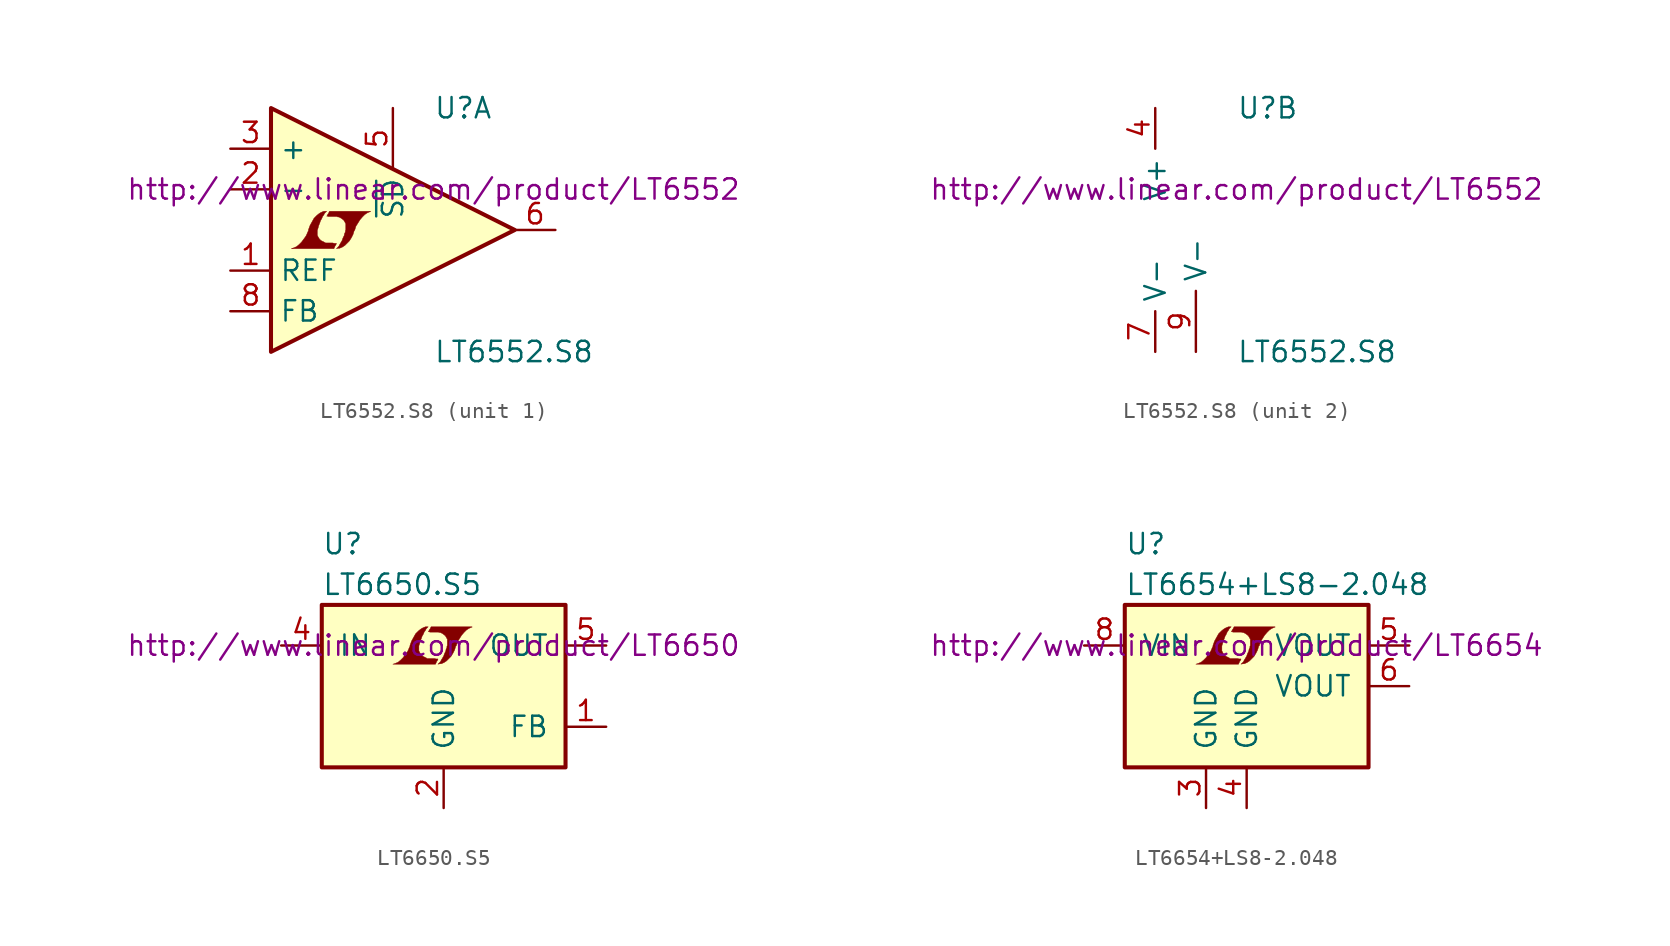
<source format=kicad_sym>
(kicad_symbol_lib
  (version 20201005)
  (generator kicad_symbol_editor)
  (symbol "LT6552.S8"
    (property "Reference" "U"
      (at 5.08 7.62 0)
      (effects (font (size 1.27 1.27)) (justify left)))
    (property "Value" "LT6552.S8"
      (at 5.08 -7.62 0)
      (effects (font (size 1.27 1.27)) (justify left)))
    (property "Datasheet" "http://www.linear.com/product/LT6552"
      (at 5.08 2.54 0)
      (effects (font (size 1.27 1.27))))
    (property "ki_locked" ""
      (at 0 0 0)
      (effects (font (size 1.27 1.27))))
    (symbol "LT6552.S8_1_0"
      (polyline (pts (xy -1.067 -0.991) (xy -1.041 -0.965) (xy -0.991 -0.864) (xy -0.991 -0.838) (xy -1.118 -0.838) (xy -1.219 -0.813) (xy -1.676 -0.813) (xy -1.702 -0.787) (xy -1.956 -0.66) (xy -2.057 -0.559) (xy -2.134 -0.432) (xy -2.184 -0.33) (xy -2.184 -0.025) (xy -2.134 0.127) (xy -2.108 0.229) (xy -2.083 0.305) (xy -2.032 0.432) (xy -1.981 0.584) (xy -1.905 0.711) (xy -1.854 0.838) (xy -1.778 0.94) (xy -1.727 1.041) (xy -1.6 1.168) (xy -1.778 1.168) (xy -1.905 1.118) (xy -2.007 1.067) (xy -2.083 1.016) (xy -2.21 0.914) (xy -2.388 0.737) (xy -2.642 0.279) (xy -2.743 0) (xy -2.743 -0.051) (xy -2.794 -0.152) (xy -2.845 -0.279) (xy -2.896 -0.381) (xy -3.023 -0.559) (xy -3.175 -0.762) (xy -3.327 -0.914) (xy -3.48 -1.041) (xy -3.658 -1.118) (xy -3.81 -1.168) (xy -1.143 -1.168) (xy -1.067 -0.991)) (stroke (width 0.025)) (fill (type outline)))
      (polyline (pts (xy -0.864 -1.143) (xy -0.787 -1.143) (xy -0.61 -1.067) (xy -0.457 -0.965) (xy -0.178 -0.686) (xy -0.051 -0.483) (xy 0.051 -0.279) (xy 0.127 -0.025) (xy 0.152 -0.025) (xy 0.229 0.229) (xy 0.483 0.635) (xy 0.635 0.813) (xy 0.787 0.965) (xy 0.94 1.067) (xy 1.118 1.143) (xy 1.143 1.143) (xy 1.143 1.168) (xy -1.422 1.168) (xy -1.499 1.016) (xy -1.524 0.991) (xy -1.575 0.889) (xy -1.6 0.864) (xy -1.549 0.864) (xy -1.499 0.838) (xy -0.965 0.838) (xy -0.914 0.813) (xy -0.864 0.813) (xy -0.787 0.787) (xy -0.66 0.711) (xy -0.533 0.61) (xy -0.457 0.483) (xy -0.432 0.432) (xy -0.406 0.406) (xy -0.406 0) (xy -0.432 -0.051) (xy -0.432 -0.127) (xy -0.483 -0.229) (xy -0.508 -0.356) (xy -0.584 -0.508) (xy -0.635 -0.66) (xy -0.787 -0.914) (xy -0.838 -1.016) (xy -0.991 -1.168) (xy -0.864 -1.143)) (stroke (width 0.025)) (fill (type outline))))
    (symbol "LT6552.S8_1_1"
      (polyline (pts (xy 10.16 0) (xy -5.08 7.62) (xy -5.08 -7.62) (xy 10.16 0)) (stroke (width 0.254)) (fill (type background)))
      (pin passive line (at -7.62 -2.54 0) (length 2.54) (name "REF" (effects (font (size 1.27 1.27)))) (number "1" (effects (font (size 1.27 1.27)))))
      (pin input line (at -7.62 2.54 0) (length 2.54) (name "-" (effects (font (size 1.27 1.27)))) (number "2" (effects (font (size 1.27 1.27)))))
      (pin input line (at -7.62 5.08 0) (length 2.54) (name "+" (effects (font (size 1.27 1.27)))) (number "3" (effects (font (size 1.27 1.27)))))
      (pin output line (at 2.54 7.62 270) (length 3.81) (name "~SD~" (effects (font (size 1.27 1.27)))) (number "5" (effects (font (size 1.27 1.27)))))
      (pin output line (at 12.7 0 180) (length 2.54) (name "~" (effects (font (size 1.27 1.27)))) (number "6" (effects (font (size 1.27 1.27)))))
      (pin input line (at -7.62 -5.08 0) (length 2.54) (name "FB" (effects (font (size 1.27 1.27)))) (number "8" (effects (font (size 1.27 1.27))))))
    (symbol "LT6552.S8_2_1"
      (pin power_in line (at 0 7.62 270) (length 2.54) (name "V+" (effects (font (size 1.27 1.27)))) (number "4" (effects (font (size 1.27 1.27)))))
      (pin power_in line (at 0 -7.62 90) (length 2.54) (name "V-" (effects (font (size 1.27 1.27)))) (number "7" (effects (font (size 1.27 1.27)))))
      (pin power_in line (at 2.54 -7.62 90) (length 3.81) (name "V-" (effects (font (size 1.27 1.27)))) (number "9" (effects (font (size 1.27 1.27)))))))
  (symbol "LT6650.S5"
    (pin_names
      (offset 1.016))
    (property "Reference" "U"
      (at -7.62 8.89 0)
      (effects (font (size 1.27 1.27)) (justify left)))
    (property "Value" "LT6650.S5"
      (at -7.62 6.35 0)
      (effects (font (size 1.27 1.27)) (justify left)))
    (property "Datasheet" "http://www.linear.com/product/LT6650"
      (at -0.635 2.54 0)
      (effects (font (size 1.27 1.27))))
    (symbol "LT6650.S5_0_0"
      (polyline (pts (xy -0.432 1.549) (xy -0.406 1.575) (xy -0.356 1.676) (xy -0.356 1.702) (xy -0.483 1.702) (xy -0.584 1.727) (xy -1.041 1.727) (xy -1.067 1.753) (xy -1.321 1.88) (xy -1.422 1.981) (xy -1.499 2.108) (xy -1.549 2.21) (xy -1.549 2.515) (xy -1.499 2.667) (xy -1.473 2.769) (xy -1.448 2.845) (xy -1.397 2.972) (xy -1.346 3.124) (xy -1.27 3.251) (xy -1.219 3.378) (xy -1.143 3.48) (xy -1.092 3.581) (xy -0.965 3.708) (xy -1.143 3.708) (xy -1.27 3.658) (xy -1.372 3.607) (xy -1.448 3.556) (xy -1.575 3.454) (xy -1.753 3.277) (xy -2.007 2.819) (xy -2.108 2.54) (xy -2.108 2.489) (xy -2.159 2.388) (xy -2.21 2.261) (xy -2.261 2.159) (xy -2.388 1.981) (xy -2.54 1.778) (xy -2.692 1.626) (xy -2.845 1.499) (xy -3.023 1.422) (xy -3.175 1.372) (xy -0.508 1.372) (xy -0.432 1.549)) (stroke (width 0.025)) (fill (type outline)))
      (polyline (pts (xy -0.229 1.397) (xy -0.152 1.397) (xy 0.025 1.473) (xy 0.178 1.575) (xy 0.457 1.854) (xy 0.584 2.057) (xy 0.686 2.261) (xy 0.762 2.515) (xy 0.787 2.515) (xy 0.864 2.769) (xy 1.118 3.175) (xy 1.27 3.353) (xy 1.422 3.505) (xy 1.575 3.607) (xy 1.753 3.683) (xy 1.778 3.683) (xy 1.778 3.708) (xy -0.787 3.708) (xy -0.864 3.556) (xy -0.889 3.531) (xy -0.94 3.429) (xy -0.965 3.404) (xy -0.914 3.404) (xy -0.864 3.378) (xy -0.33 3.378) (xy -0.279 3.353) (xy -0.229 3.353) (xy -0.152 3.327) (xy -0.025 3.251) (xy 0.102 3.15) (xy 0.178 3.023) (xy 0.203 2.972) (xy 0.229 2.946) (xy 0.229 2.54) (xy 0.203 2.489) (xy 0.203 2.413) (xy 0.152 2.311) (xy 0.127 2.184) (xy 0.051 2.032) (xy 0 1.88) (xy -0.152 1.626) (xy -0.203 1.524) (xy -0.356 1.372) (xy -0.229 1.397)) (stroke (width 0.025)) (fill (type outline))))
    (symbol "LT6650.S5_0_1"
      (rectangle (start -7.62 5.08) (end 7.62 -5.08) (stroke (width 0.254)) (fill (type background))))
    (symbol "LT6650.S5_1_1"
      (pin passive line (at 10.16 -2.54 180) (length 2.54) (name "FB" (effects (font (size 1.27 1.27)))) (number "1" (effects (font (size 1.27 1.27)))))
      (pin power_in line (at 0 -7.62 90) (length 2.54) (name "GND" (effects (font (size 1.27 1.27)))) (number "2" (effects (font (size 1.27 1.27)))))
      (pin unconnected line (at -2.54 -7.62 90) (length 2.54) hide (name "DNC" (effects (font (size 1.27 1.27)))) (number "3" (effects (font (size 1.27 1.27)))))
      (pin power_in line (at -10.16 2.54 0) (length 2.54) (name "IN" (effects (font (size 1.27 1.27)))) (number "4" (effects (font (size 1.27 1.27)))))
      (pin power_out line (at 10.16 2.54 180) (length 2.54) (name "OUT" (effects (font (size 1.27 1.27)))) (number "5" (effects (font (size 1.27 1.27)))))))
  (symbol "LT6654+LS8-2.048"
    (pin_names
      (offset 1.016))
    (property "Reference" "U"
      (at -7.62 8.89 0)
      (effects (font (size 1.27 1.27)) (justify left)))
    (property "Value" "LT6654+LS8-2.048"
      (at -7.62 6.35 0)
      (effects (font (size 1.27 1.27)) (justify left)))
    (property "Datasheet" "http://www.linear.com/product/LT6654"
      (at -0.635 2.54 0)
      (effects (font (size 1.27 1.27))))
    (symbol "LT6654+LS8-2.048_0_0"
      (polyline (pts (xy -0.432 1.549) (xy -0.406 1.575) (xy -0.356 1.676) (xy -0.356 1.702) (xy -0.483 1.702) (xy -0.584 1.727) (xy -1.041 1.727) (xy -1.067 1.753) (xy -1.321 1.88) (xy -1.422 1.981) (xy -1.499 2.108) (xy -1.549 2.21) (xy -1.549 2.515) (xy -1.499 2.667) (xy -1.473 2.769) (xy -1.448 2.845) (xy -1.397 2.972) (xy -1.346 3.124) (xy -1.27 3.251) (xy -1.219 3.378) (xy -1.143 3.48) (xy -1.092 3.581) (xy -0.965 3.708) (xy -1.143 3.708) (xy -1.27 3.658) (xy -1.372 3.607) (xy -1.448 3.556) (xy -1.575 3.454) (xy -1.753 3.277) (xy -2.007 2.819) (xy -2.108 2.54) (xy -2.108 2.489) (xy -2.159 2.388) (xy -2.21 2.261) (xy -2.261 2.159) (xy -2.388 1.981) (xy -2.54 1.778) (xy -2.692 1.626) (xy -2.845 1.499) (xy -3.023 1.422) (xy -3.175 1.372) (xy -0.508 1.372) (xy -0.432 1.549)) (stroke (width 0.025)) (fill (type outline)))
      (polyline (pts (xy -0.229 1.397) (xy -0.152 1.397) (xy 0.025 1.473) (xy 0.178 1.575) (xy 0.457 1.854) (xy 0.584 2.057) (xy 0.686 2.261) (xy 0.762 2.515) (xy 0.787 2.515) (xy 0.864 2.769) (xy 1.118 3.175) (xy 1.27 3.353) (xy 1.422 3.505) (xy 1.575 3.607) (xy 1.753 3.683) (xy 1.778 3.683) (xy 1.778 3.708) (xy -0.787 3.708) (xy -0.864 3.556) (xy -0.889 3.531) (xy -0.94 3.429) (xy -0.965 3.404) (xy -0.914 3.404) (xy -0.864 3.378) (xy -0.33 3.378) (xy -0.279 3.353) (xy -0.229 3.353) (xy -0.152 3.327) (xy -0.025 3.251) (xy 0.102 3.15) (xy 0.178 3.023) (xy 0.203 2.972) (xy 0.229 2.946) (xy 0.229 2.54) (xy 0.203 2.489) (xy 0.203 2.413) (xy 0.152 2.311) (xy 0.127 2.184) (xy 0.051 2.032) (xy 0 1.88) (xy -0.152 1.626) (xy -0.203 1.524) (xy -0.356 1.372) (xy -0.229 1.397)) (stroke (width 0.025)) (fill (type outline))))
    (symbol "LT6654+LS8-2.048_0_1"
      (rectangle (start -7.62 5.08) (end 7.62 -5.08) (stroke (width 0.254)) (fill (type background))))
    (symbol "LT6654+LS8-2.048_1_1"
      (pin unconnected line (at -5.08 -7.62 90) (length 2.54) hide (name "DNC" (effects (font (size 1.27 1.27)))) (number "1" (effects (font (size 1.27 1.27)))))
      (pin unconnected line (at -10.16 0 0) (length 2.54) hide (name "NC" (effects (font (size 1.27 1.27)))) (number "2" (effects (font (size 1.27 1.27)))))
      (pin power_in line (at -2.54 -7.62 90) (length 2.54) (name "GND" (effects (font (size 1.27 1.27)))) (number "3" (effects (font (size 1.27 1.27)))))
      (pin power_in line (at 0 -7.62 90) (length 2.54) (name "GND" (effects (font (size 1.27 1.27)))) (number "4" (effects (font (size 1.27 1.27)))))
      (pin power_out line (at 10.16 2.54 180) (length 2.54) (name "VOUT" (effects (font (size 1.27 1.27)))) (number "5" (effects (font (size 1.27 1.27)))))
      (pin power_out line (at 10.16 0 180) (length 2.54) (name "VOUT" (effects (font (size 1.27 1.27)))) (number "6" (effects (font (size 1.27 1.27)))))
      (pin unconnected line (at 2.54 -7.62 90) (length 2.54) hide (name "DNC" (effects (font (size 1.27 1.27)))) (number "7" (effects (font (size 1.27 1.27)))))
      (pin power_in line (at -10.16 2.54 0) (length 2.54) (name "VIN" (effects (font (size 1.27 1.27)))) (number "8" (effects (font (size 1.27 1.27))))))))
</source>
